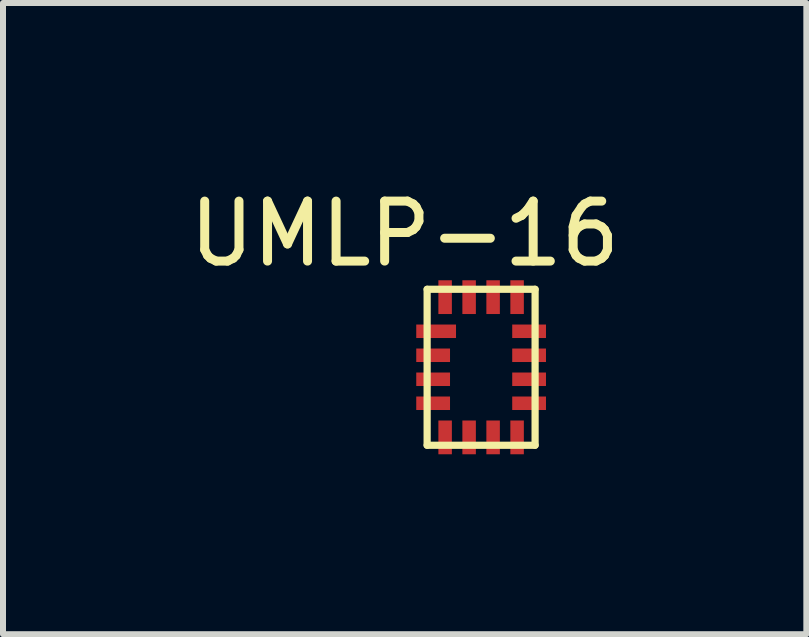
<source format=kicad_pcb>
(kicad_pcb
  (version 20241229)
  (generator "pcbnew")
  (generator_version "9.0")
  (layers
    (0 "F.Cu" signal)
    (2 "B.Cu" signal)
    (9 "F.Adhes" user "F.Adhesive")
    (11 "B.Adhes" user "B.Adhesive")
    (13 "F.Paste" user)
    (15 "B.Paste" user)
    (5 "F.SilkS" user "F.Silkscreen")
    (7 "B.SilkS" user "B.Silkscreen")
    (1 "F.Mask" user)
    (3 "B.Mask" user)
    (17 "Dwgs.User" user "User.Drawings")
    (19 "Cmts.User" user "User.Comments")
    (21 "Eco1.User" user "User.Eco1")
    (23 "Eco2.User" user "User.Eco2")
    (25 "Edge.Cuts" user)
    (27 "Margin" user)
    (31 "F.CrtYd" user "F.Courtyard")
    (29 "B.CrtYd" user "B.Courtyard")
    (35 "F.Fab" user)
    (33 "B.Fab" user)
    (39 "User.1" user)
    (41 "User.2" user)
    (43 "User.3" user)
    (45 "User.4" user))
  (footprint "UMLP-16"
    (layer "F.Cu")
    (at 4.971 3.073)
    (property "Reference" "UMLP-16" (at -1.275 -2.225 0) (layer "F.SilkS") (effects (font (size 1 1) (thickness 0.15))))
    (attr through_hole)
    (fp_line (start -0.9 -1.3) (end -0.9 1.3) (stroke (width 0.12) (type solid)) (layer "F.SilkS"))
    (fp_line (start -0.9 1.3) (end 0.9 1.3) (stroke (width 0.12) (type solid)) (layer "F.SilkS"))
    (fp_line (start 0.9 -1.3) (end -0.9 -1.3) (stroke (width 0.12) (type solid)) (layer "F.SilkS"))
    (fp_line (start 0.9 1.3) (end 0.9 -1.3) (stroke (width 0.12) (type solid)) (layer "F.SilkS"))
    (pad "1" smd rect (at -0.75 -0.6 90) (size 0.225 0.663) (layers "F.Cu" "F.Mask" "F.Paste"))
    (pad "2" smd rect (at -0.8 -0.2 90) (size 0.225 0.563) (layers "F.Cu" "F.Mask" "F.Paste"))
    (pad "3" smd rect (at -0.8 0.2 90) (size 0.225 0.563) (layers "F.Cu" "F.Mask" "F.Paste"))
    (pad "4" smd rect (at -0.8 0.6 90) (size 0.225 0.563) (layers "F.Cu" "F.Mask" "F.Paste"))
    (pad "5" smd rect (at -0.6 1.169 180) (size 0.225 0.563) (layers "F.Cu" "F.Mask" "F.Paste"))
    (pad "6" smd rect (at -0.2 1.169 180) (size 0.225 0.563) (layers "F.Cu" "F.Mask" "F.Paste"))
    (pad "7" smd rect (at 0.2 1.169 180) (size 0.225 0.563) (layers "F.Cu" "F.Mask" "F.Paste"))
    (pad "8" smd rect (at 0.6 1.169 180) (size 0.225 0.563) (layers "F.Cu" "F.Mask" "F.Paste"))
    (pad "9" smd rect (at 0.8 0.6 90) (size 0.225 0.563) (layers "F.Cu" "F.Mask" "F.Paste"))
    (pad "10" smd rect (at 0.8 0.2 90) (size 0.225 0.563) (layers "F.Cu" "F.Mask" "F.Paste"))
    (pad "11" smd rect (at 0.8 -0.2 90) (size 0.225 0.563) (layers "F.Cu" "F.Mask" "F.Paste"))
    (pad "12" smd rect (at 0.8 -0.6 90) (size 0.225 0.563) (layers "F.Cu" "F.Mask" "F.Paste"))
    (pad "13" smd rect (at 0.6 -1.169 180) (size 0.225 0.563) (layers "F.Cu" "F.Mask" "F.Paste"))
    (pad "14" smd rect (at 0.2 -1.169 180) (size 0.225 0.563) (layers "F.Cu" "F.Mask" "F.Paste"))
    (pad "15" smd rect (at -0.2 -1.169 180) (size 0.225 0.563) (layers "F.Cu" "F.Mask" "F.Paste"))
    (pad "16" smd rect (at -0.6 -1.169 180) (size 0.225 0.563) (layers "F.Cu" "F.Mask" "F.Paste")))
  (gr_rect
    (start -3 -3)
    (end 10.393 7.523)
    (stroke (width 0.1) (type default))
    (fill no)
    (layer "Edge.Cuts")))
</source>
